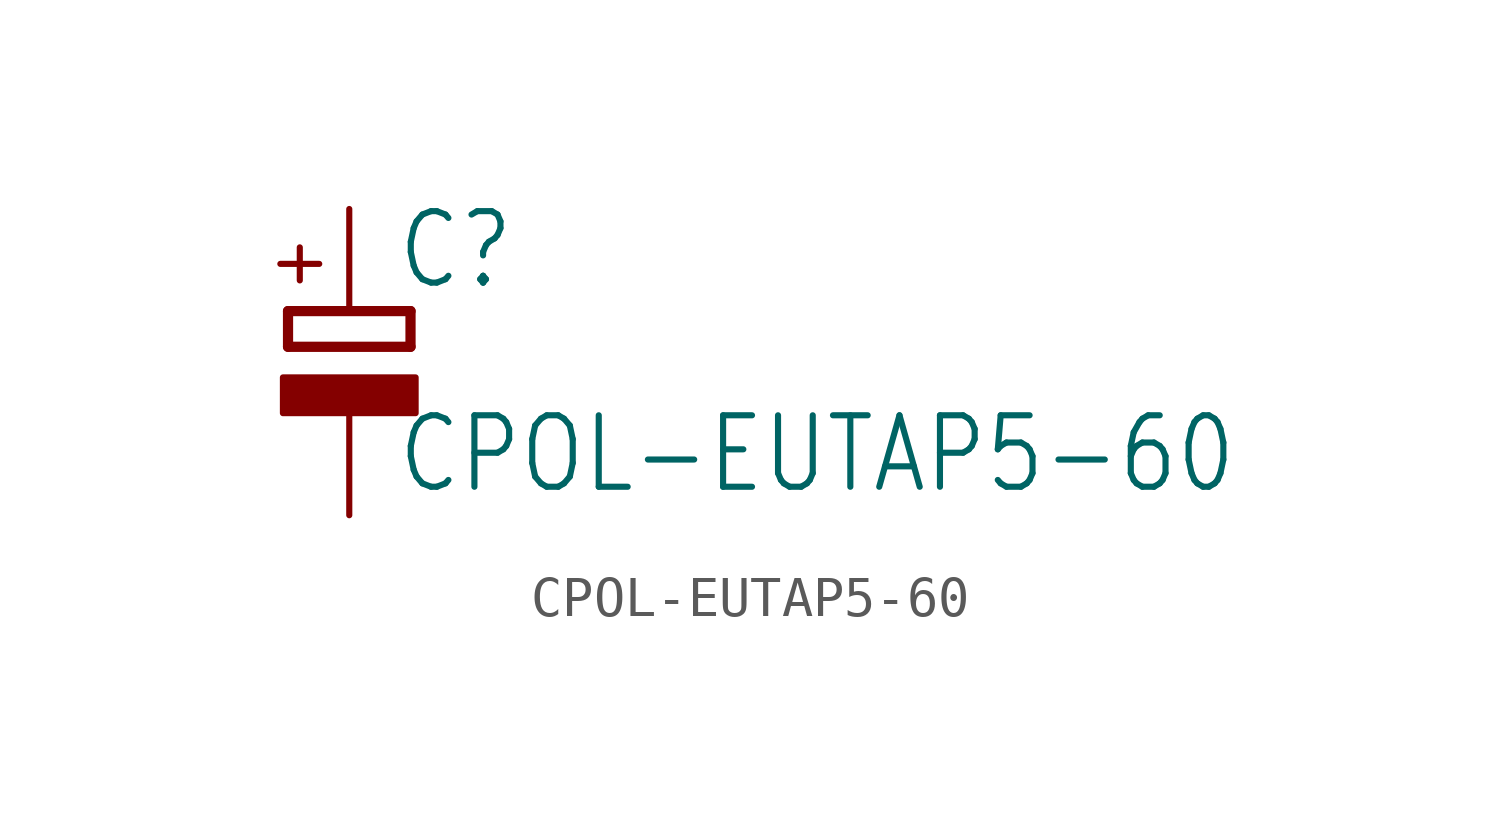
<source format=kicad_sym>
(kicad_symbol_lib
  (version 20220914)
  (generator kicad_symbol_editor)
  (symbol "CPOL-EUTAP5-60"
    (property "Reference" "C"
      (at 1.143 0.483 0)
      (effects (font (size 1.778 1.511)) (justify left bottom)))
    (property "Value" "CPOL-EUTAP5-60"
      (at 1.143 -4.597 0)
      (effects (font (size 1.778 1.511)) (justify left bottom)))
    (property "ki_locked" ""
      (at 0 0 0)
      (effects (font (size 1.27 1.27))))
    (symbol "CPOL-EUTAP5-60_1_0"
      (rectangle (start -1.651 -2.54) (end 1.651 -1.651) (stroke (width 0) (type default)) (fill (type outline)))
      (polyline (pts (xy -1.524 -0.889) (xy 1.524 -0.889)) (stroke (width 0.254) (type default)) (fill (type none)))
      (polyline (pts (xy -1.524 0) (xy -1.524 -0.889)) (stroke (width 0.254) (type default)) (fill (type none)))
      (polyline (pts (xy -1.524 0) (xy 1.524 0)) (stroke (width 0.254) (type default)) (fill (type none)))
      (polyline (pts (xy 1.524 -0.889) (xy 1.524 0)) (stroke (width 0.254) (type default)) (fill (type none)))
      (text "+" (at -0.584 0.406 900) (effects (font (size 1.27 1.079)) (justify left bottom)))
      (pin passive line (at 0 2.54 270) (length 2.54) (name "+" (effects (font (size 0 0)))) (number "+" (effects (font (size 0 0)))))
      (pin passive line (at 0 -5.08 90) (length 2.54) (name "-" (effects (font (size 0 0)))) (number "-" (effects (font (size 0 0))))))))
</source>
